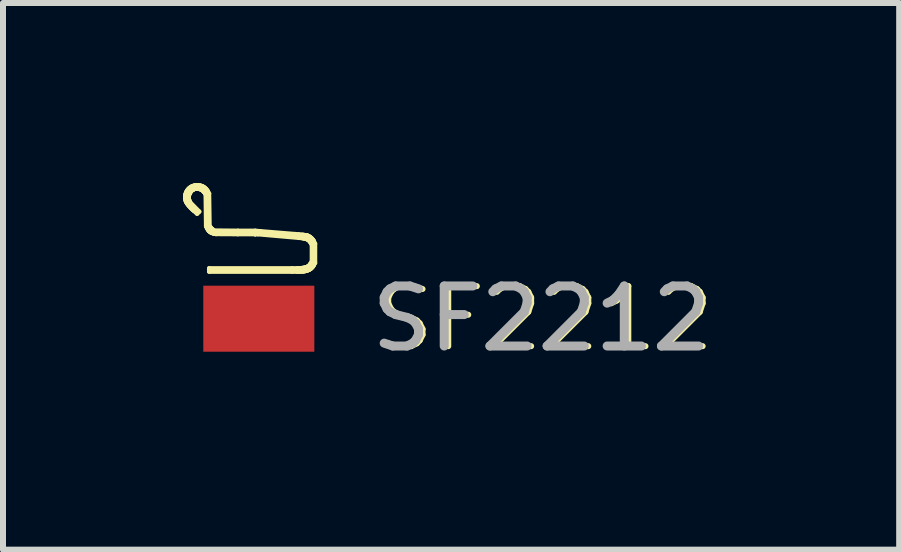
<source format=kicad_pcb>
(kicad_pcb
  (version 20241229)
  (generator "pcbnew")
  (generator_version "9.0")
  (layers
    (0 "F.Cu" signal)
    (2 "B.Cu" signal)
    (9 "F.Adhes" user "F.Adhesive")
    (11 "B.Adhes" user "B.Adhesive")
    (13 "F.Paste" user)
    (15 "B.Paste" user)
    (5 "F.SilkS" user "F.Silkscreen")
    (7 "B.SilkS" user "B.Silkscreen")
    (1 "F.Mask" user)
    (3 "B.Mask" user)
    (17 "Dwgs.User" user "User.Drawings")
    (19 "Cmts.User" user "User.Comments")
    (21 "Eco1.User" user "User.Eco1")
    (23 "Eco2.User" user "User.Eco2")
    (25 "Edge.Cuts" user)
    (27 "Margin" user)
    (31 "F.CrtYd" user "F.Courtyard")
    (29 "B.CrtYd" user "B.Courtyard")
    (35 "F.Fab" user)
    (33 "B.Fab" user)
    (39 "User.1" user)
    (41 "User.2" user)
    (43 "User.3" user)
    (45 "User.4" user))
  (footprint "SF2212"
    (layer "F.Cu")
    (at 1.262 2.26)
    (property "Reference" "SF2212" (at 1.9 0 0) (unlocked yes) (layer "F.SilkS") (effects (font (size 1 1) (thickness 0.1)) (justify left)))
    (attr smd)
    (fp_line (start -1.224 -2.024) (end -1.224 -2.036) (stroke (width 0.075) (type default)) (layer "F.SilkS"))
    (fp_line (start -1.224 -2.036) (end -1.223 -2.048) (stroke (width 0.075) (type default)) (layer "F.SilkS"))
    (fp_line (start -1.224 -2.012) (end -1.224 -2.024) (stroke (width 0.075) (type default)) (layer "F.SilkS"))
    (fp_line (start -1.223 -2.048) (end -1.221 -2.059) (stroke (width 0.075) (type default)) (layer "F.SilkS"))
    (fp_line (start -1.223 -2) (end -1.224 -2.012) (stroke (width 0.075) (type default)) (layer "F.SilkS"))
    (fp_line (start -1.221 -2.059) (end -1.219 -2.071) (stroke (width 0.075) (type default)) (layer "F.SilkS"))
    (fp_line (start -1.221 -1.988) (end -1.223 -2) (stroke (width 0.075) (type default)) (layer "F.SilkS"))
    (fp_line (start -1.219 -2.071) (end -1.216 -2.082) (stroke (width 0.075) (type default)) (layer "F.SilkS"))
    (fp_line (start -1.218 -1.976) (end -1.221 -1.988) (stroke (width 0.075) (type default)) (layer "F.SilkS"))
    (fp_line (start -1.216 -2.082) (end -1.213 -2.092) (stroke (width 0.075) (type default)) (layer "F.SilkS"))
    (fp_line (start -1.215 -1.963) (end -1.218 -1.976) (stroke (width 0.075) (type default)) (layer "F.SilkS"))
    (fp_line (start -1.213 -2.092) (end -1.209 -2.103) (stroke (width 0.075) (type default)) (layer "F.SilkS"))
    (fp_line (start -1.213 -1.956) (end -1.215 -1.963) (stroke (width 0.075) (type default)) (layer "F.SilkS"))
    (fp_line (start -1.209 -1.948) (end -1.213 -1.956) (stroke (width 0.075) (type default)) (layer "F.SilkS"))
    (fp_line (start -1.209 -2.103) (end -1.204 -2.113) (stroke (width 0.075) (type default)) (layer "F.SilkS"))
    (fp_line (start -1.204 -1.939) (end -1.209 -1.948) (stroke (width 0.075) (type default)) (layer "F.SilkS"))
    (fp_line (start -1.204 -2.113) (end -1.199 -2.123) (stroke (width 0.075) (type default)) (layer "F.SilkS"))
    (fp_line (start -1.199 -1.93) (end -1.204 -1.939) (stroke (width 0.075) (type default)) (layer "F.SilkS"))
    (fp_line (start -1.199 -2.123) (end -1.193 -2.133) (stroke (width 0.075) (type default)) (layer "F.SilkS"))
    (fp_line (start -1.193 -1.92) (end -1.199 -1.93) (stroke (width 0.075) (type default)) (layer "F.SilkS"))
    (fp_line (start -1.193 -2.133) (end -1.186 -2.142) (stroke (width 0.075) (type default)) (layer "F.SilkS"))
    (fp_line (start -1.186 -2.142) (end -1.18 -2.151) (stroke (width 0.075) (type default)) (layer "F.SilkS"))
    (fp_line (start -1.186 -1.91) (end -1.193 -1.92) (stroke (width 0.075) (type default)) (layer "F.SilkS"))
    (fp_line (start -1.18 -2.151) (end -1.172 -2.159) (stroke (width 0.075) (type default)) (layer "F.SilkS"))
    (fp_line (start -1.178 -1.9) (end -1.186 -1.91) (stroke (width 0.075) (type default)) (layer "F.SilkS"))
    (fp_line (start -1.172 -2.159) (end -1.165 -2.167) (stroke (width 0.075) (type default)) (layer "F.SilkS"))
    (fp_line (start -1.17 -2.02) (end -1.17 -2.013) (stroke (width 0.075) (type default)) (layer "F.SilkS"))
    (fp_line (start -1.17 -2.013) (end -1.17 -2.007) (stroke (width 0.075) (type default)) (layer "F.SilkS"))
    (fp_line (start -1.17 -2.027) (end -1.17 -2.02) (stroke (width 0.075) (type default)) (layer "F.SilkS"))
    (fp_line (start -1.17 -2.007) (end -1.169 -2) (stroke (width 0.075) (type default)) (layer "F.SilkS"))
    (fp_line (start -1.17 -1.889) (end -1.178 -1.9) (stroke (width 0.075) (type default)) (layer "F.SilkS"))
    (fp_line (start -1.17 -2.033) (end -1.17 -2.027) (stroke (width 0.075) (type default)) (layer "F.SilkS"))
    (fp_line (start -1.169 -2) (end -1.168 -1.994) (stroke (width 0.075) (type default)) (layer "F.SilkS"))
    (fp_line (start -1.169 -2.04) (end -1.17 -2.033) (stroke (width 0.075) (type default)) (layer "F.SilkS"))
    (fp_line (start -1.168 -1.994) (end -1.167 -1.988) (stroke (width 0.075) (type default)) (layer "F.SilkS"))
    (fp_line (start -1.168 -2.046) (end -1.169 -2.04) (stroke (width 0.075) (type default)) (layer "F.SilkS"))
    (fp_line (start -1.167 -1.988) (end -1.165 -1.982) (stroke (width 0.075) (type default)) (layer "F.SilkS"))
    (fp_line (start -1.166 -2.053) (end -1.168 -2.046) (stroke (width 0.075) (type default)) (layer "F.SilkS"))
    (fp_line (start -1.165 -1.982) (end -1.163 -1.975) (stroke (width 0.075) (type default)) (layer "F.SilkS"))
    (fp_line (start -1.165 -2.06) (end -1.166 -2.053) (stroke (width 0.075) (type default)) (layer "F.SilkS"))
    (fp_line (start -1.165 -2.167) (end -1.156 -2.175) (stroke (width 0.075) (type default)) (layer "F.SilkS"))
    (fp_line (start -1.163 -1.975) (end -1.16 -1.97) (stroke (width 0.075) (type default)) (layer "F.SilkS"))
    (fp_line (start -1.163 -2.066) (end -1.165 -2.06) (stroke (width 0.075) (type default)) (layer "F.SilkS"))
    (fp_line (start -1.16 -1.878) (end -1.17 -1.889) (stroke (width 0.075) (type default)) (layer "F.SilkS"))
    (fp_line (start -1.16 -2.073) (end -1.163 -2.066) (stroke (width 0.075) (type default)) (layer "F.SilkS"))
    (fp_line (start -1.16 -1.97) (end -1.158 -1.964) (stroke (width 0.075) (type default)) (layer "F.SilkS"))
    (fp_line (start -1.158 -2.079) (end -1.16 -2.073) (stroke (width 0.075) (type default)) (layer "F.SilkS"))
    (fp_line (start -1.158 -1.964) (end -1.144 -1.937) (stroke (width 0.075) (type default)) (layer "F.SilkS"))
    (fp_line (start -1.156 -2.175) (end -1.148 -2.182) (stroke (width 0.075) (type default)) (layer "F.SilkS"))
    (fp_line (start -1.155 -2.085) (end -1.158 -2.079) (stroke (width 0.075) (type default)) (layer "F.SilkS"))
    (fp_line (start -1.152 -2.092) (end -1.155 -2.085) (stroke (width 0.075) (type default)) (layer "F.SilkS"))
    (fp_line (start -1.151 -1.867) (end -1.16 -1.878) (stroke (width 0.075) (type default)) (layer "F.SilkS"))
    (fp_line (start -1.149 -2.098) (end -1.152 -2.092) (stroke (width 0.075) (type default)) (layer "F.SilkS"))
    (fp_line (start -1.148 -2.182) (end -1.138 -2.189) (stroke (width 0.075) (type default)) (layer "F.SilkS"))
    (fp_line (start -1.145 -2.104) (end -1.149 -2.098) (stroke (width 0.075) (type default)) (layer "F.SilkS"))
    (fp_line (start -1.144 -1.937) (end -0.994 -1.784) (stroke (width 0.075) (type default)) (layer "F.SilkS"))
    (fp_line (start -1.141 -2.109) (end -1.145 -2.104) (stroke (width 0.075) (type default)) (layer "F.SilkS"))
    (fp_line (start -1.14 -1.855) (end -1.151 -1.867) (stroke (width 0.075) (type default)) (layer "F.SilkS"))
    (fp_line (start -1.138 -2.189) (end -1.129 -2.195) (stroke (width 0.075) (type default)) (layer "F.SilkS"))
    (fp_line (start -1.137 -2.115) (end -1.141 -2.109) (stroke (width 0.075) (type default)) (layer "F.SilkS"))
    (fp_line (start -1.133 -2.121) (end -1.137 -2.115) (stroke (width 0.075) (type default)) (layer "F.SilkS"))
    (fp_line (start -1.129 -1.844) (end -1.14 -1.855) (stroke (width 0.075) (type default)) (layer "F.SilkS"))
    (fp_line (start -1.129 -2.195) (end -1.119 -2.2) (stroke (width 0.075) (type default)) (layer "F.SilkS"))
    (fp_line (start -1.128 -2.126) (end -1.133 -2.121) (stroke (width 0.075) (type default)) (layer "F.SilkS"))
    (fp_line (start -1.124 -2.131) (end -1.128 -2.126) (stroke (width 0.075) (type default)) (layer "F.SilkS"))
    (fp_line (start -1.119 -2.2) (end -1.108 -2.205) (stroke (width 0.075) (type default)) (layer "F.SilkS"))
    (fp_line (start -1.119 -2.136) (end -1.124 -2.131) (stroke (width 0.075) (type default)) (layer "F.SilkS"))
    (fp_line (start -1.118 -1.832) (end -1.129 -1.844) (stroke (width 0.075) (type default)) (layer "F.SilkS"))
    (fp_line (start -1.113 -2.141) (end -1.119 -2.136) (stroke (width 0.075) (type default)) (layer "F.SilkS"))
    (fp_line (start -1.108 -2.205) (end -1.098 -2.209) (stroke (width 0.075) (type default)) (layer "F.SilkS"))
    (fp_line (start -1.108 -2.145) (end -1.113 -2.141) (stroke (width 0.075) (type default)) (layer "F.SilkS"))
    (fp_line (start -1.106 -1.821) (end -1.118 -1.832) (stroke (width 0.075) (type default)) (layer "F.SilkS"))
    (fp_line (start -1.102 -2.149) (end -1.108 -2.145) (stroke (width 0.075) (type default)) (layer "F.SilkS"))
    (fp_line (start -1.098 -2.209) (end -1.087 -2.213) (stroke (width 0.075) (type default)) (layer "F.SilkS"))
    (fp_line (start -1.096 -2.153) (end -1.102 -2.149) (stroke (width 0.075) (type default)) (layer "F.SilkS"))
    (fp_line (start -1.094 -1.809) (end -1.106 -1.821) (stroke (width 0.075) (type default)) (layer "F.SilkS"))
    (fp_line (start -1.093 -2.155) (end -1.096 -2.153) (stroke (width 0.075) (type default)) (layer "F.SilkS"))
    (fp_line (start -1.089 -2.157) (end -1.093 -2.155) (stroke (width 0.075) (type default)) (layer "F.SilkS"))
    (fp_line (start -1.087 -2.213) (end -1.075 -2.216) (stroke (width 0.075) (type default)) (layer "F.SilkS"))
    (fp_line (start -1.085 -2.159) (end -1.089 -2.157) (stroke (width 0.075) (type default)) (layer "F.SilkS"))
    (fp_line (start -1.081 -1.798) (end -1.094 -1.809) (stroke (width 0.075) (type default)) (layer "F.SilkS"))
    (fp_line (start -1.08 -2.16) (end -1.085 -2.159) (stroke (width 0.075) (type default)) (layer "F.SilkS"))
    (fp_line (start -1.075 -2.216) (end -1.064 -2.219) (stroke (width 0.075) (type default)) (layer "F.SilkS"))
    (fp_line (start -1.071 -2.163) (end -1.08 -2.16) (stroke (width 0.075) (type default)) (layer "F.SilkS"))
    (fp_line (start -1.064 -2.219) (end -1.052 -2.221) (stroke (width 0.075) (type default)) (layer "F.SilkS"))
    (fp_line (start -1.061 -2.165) (end -1.071 -2.163) (stroke (width 0.075) (type default)) (layer "F.SilkS"))
    (fp_line (start -1.052 -2.221) (end -1.039 -2.222) (stroke (width 0.075) (type default)) (layer "F.SilkS"))
    (fp_line (start -1.051 -2.167) (end -1.061 -2.165) (stroke (width 0.075) (type default)) (layer "F.SilkS"))
    (fp_line (start -1.04 -2.167) (end -1.051 -2.167) (stroke (width 0.075) (type default)) (layer "F.SilkS"))
    (fp_line (start -1.039 -2.222) (end -1.027 -2.222) (stroke (width 0.075) (type default)) (layer "F.SilkS"))
    (fp_line (start -1.03 -2.168) (end -1.04 -2.167) (stroke (width 0.075) (type default)) (layer "F.SilkS"))
    (fp_line (start -1.028 -1.751) (end -1.081 -1.798) (stroke (width 0.075) (type default)) (layer "F.SilkS"))
    (fp_line (start -1.027 -2.222) (end -1.013 -2.222) (stroke (width 0.075) (type default)) (layer "F.SilkS"))
    (fp_line (start -1.018 -2.167) (end -1.03 -2.168) (stroke (width 0.075) (type default)) (layer "F.SilkS"))
    (fp_line (start -1.013 -2.222) (end -0.999 -2.221) (stroke (width 0.075) (type default)) (layer "F.SilkS"))
    (fp_line (start -1.007 -2.166) (end -1.018 -2.167) (stroke (width 0.075) (type default)) (layer "F.SilkS"))
    (fp_line (start -0.999 -2.221) (end -0.986 -2.219) (stroke (width 0.075) (type default)) (layer "F.SilkS"))
    (fp_line (start -0.996 -2.164) (end -1.007 -2.166) (stroke (width 0.075) (type default)) (layer "F.SilkS"))
    (fp_line (start -0.994 -1.784) (end -1.028 -1.751) (stroke (width 0.075) (type default)) (layer "F.SilkS"))
    (fp_line (start -0.986 -2.219) (end -0.973 -2.216) (stroke (width 0.075) (type default)) (layer "F.SilkS"))
    (fp_line (start -0.986 -2.162) (end -0.996 -2.164) (stroke (width 0.075) (type default)) (layer "F.SilkS"))
    (fp_line (start -0.975 -2.159) (end -0.986 -2.162) (stroke (width 0.075) (type default)) (layer "F.SilkS"))
    (fp_line (start -0.973 -2.216) (end -0.96 -2.212) (stroke (width 0.075) (type default)) (layer "F.SilkS"))
    (fp_line (start -0.966 -2.155) (end -0.975 -2.159) (stroke (width 0.075) (type default)) (layer "F.SilkS"))
    (fp_line (start -0.96 -2.212) (end -0.948 -2.208) (stroke (width 0.075) (type default)) (layer "F.SilkS"))
    (fp_line (start -0.956 -2.151) (end -0.966 -2.155) (stroke (width 0.075) (type default)) (layer "F.SilkS"))
    (fp_line (start -0.948 -2.208) (end -0.936 -2.203) (stroke (width 0.075) (type default)) (layer "F.SilkS"))
    (fp_line (start -0.948 -2.147) (end -0.956 -2.151) (stroke (width 0.075) (type default)) (layer "F.SilkS"))
    (fp_line (start -0.944 -2.144) (end -0.948 -2.147) (stroke (width 0.075) (type default)) (layer "F.SilkS"))
    (fp_line (start -0.94 -2.142) (end -0.944 -2.144) (stroke (width 0.075) (type default)) (layer "F.SilkS"))
    (fp_line (start -0.936 -2.203) (end -0.925 -2.197) (stroke (width 0.075) (type default)) (layer "F.SilkS"))
    (fp_line (start -0.934 -2.137) (end -0.94 -2.142) (stroke (width 0.075) (type default)) (layer "F.SilkS"))
    (fp_line (start -0.928 -2.131) (end -0.934 -2.137) (stroke (width 0.075) (type default)) (layer "F.SilkS"))
    (fp_line (start -0.925 -2.197) (end -0.914 -2.19) (stroke (width 0.075) (type default)) (layer "F.SilkS"))
    (fp_line (start -0.922 -2.125) (end -0.928 -2.131) (stroke (width 0.075) (type default)) (layer "F.SilkS"))
    (fp_line (start -0.916 -2.119) (end -0.922 -2.125) (stroke (width 0.075) (type default)) (layer "F.SilkS"))
    (fp_line (start -0.914 -2.19) (end -0.904 -2.182) (stroke (width 0.075) (type default)) (layer "F.SilkS"))
    (fp_line (start -0.911 -2.113) (end -0.916 -2.119) (stroke (width 0.075) (type default)) (layer "F.SilkS"))
    (fp_line (start -0.906 -2.106) (end -0.911 -2.113) (stroke (width 0.075) (type default)) (layer "F.SilkS"))
    (fp_line (start -0.904 -2.182) (end -0.894 -2.174) (stroke (width 0.075) (type default)) (layer "F.SilkS"))
    (fp_line (start -0.901 -2.1) (end -0.906 -2.106) (stroke (width 0.075) (type default)) (layer "F.SilkS"))
    (fp_line (start -0.898 -2.095) (end -0.901 -2.1) (stroke (width 0.075) (type default)) (layer "F.SilkS"))
    (fp_line (start -0.894 -2.174) (end -0.884 -2.165) (stroke (width 0.075) (type default)) (layer "F.SilkS"))
    (fp_line (start -0.884 -2.07) (end -0.898 -2.095) (stroke (width 0.075) (type default)) (layer "F.SilkS"))
    (fp_line (start -0.884 -2.165) (end -0.875 -2.156) (stroke (width 0.075) (type default)) (layer "F.SilkS"))
    (fp_line (start -0.877 -1.539) (end -0.884 -2.07) (stroke (width 0.075) (type default)) (layer "F.SilkS"))
    (fp_line (start -0.875 -2.156) (end -0.867 -2.145) (stroke (width 0.075) (type default)) (layer "F.SilkS"))
    (fp_line (start -0.867 -2.145) (end -0.859 -2.134) (stroke (width 0.075) (type default)) (layer "F.SilkS"))
    (fp_line (start -0.862 -1.511) (end -0.877 -1.539) (stroke (width 0.075) (type default)) (layer "F.SilkS"))
    (fp_line (start -0.859 -2.134) (end -0.851 -2.122) (stroke (width 0.075) (type default)) (layer "F.SilkS"))
    (fp_line (start -0.855 -1.498) (end -0.862 -1.511) (stroke (width 0.075) (type default)) (layer "F.SilkS"))
    (fp_line (start -0.851 -2.122) (end -0.83 -2.086) (stroke (width 0.075) (type default)) (layer "F.SilkS"))
    (fp_line (start -0.847 -1.486) (end -0.855 -1.498) (stroke (width 0.075) (type default)) (layer "F.SilkS"))
    (fp_line (start -0.843 -1.481) (end -0.847 -1.486) (stroke (width 0.075) (type default)) (layer "F.SilkS"))
    (fp_line (start -0.838 -1.475) (end -0.843 -1.481) (stroke (width 0.075) (type default)) (layer "F.SilkS"))
    (fp_line (start -0.834 -1.47) (end -0.838 -1.475) (stroke (width 0.075) (type default)) (layer "F.SilkS"))
    (fp_line (start -0.83 -1.465) (end -0.834 -1.47) (stroke (width 0.075) (type default)) (layer "F.SilkS"))
    (fp_line (start -0.83 -2.086) (end -0.822 -1.544) (stroke (width 0.075) (type default)) (layer "F.SilkS"))
    (fp_line (start -0.826 -0.839) (end 0.557 -0.839) (stroke (width 0.075) (type default)) (layer "F.SilkS"))
    (fp_line (start -0.826 -0.812) (end -0.826 -0.839) (stroke (width 0.075) (type default)) (layer "F.SilkS"))
    (fp_line (start -0.826 -0.785) (end -0.826 -0.812) (stroke (width 0.075) (type default)) (layer "F.SilkS"))
    (fp_line (start -0.825 -1.461) (end -0.83 -1.465) (stroke (width 0.075) (type default)) (layer "F.SilkS"))
    (fp_line (start -0.822 -1.544) (end -0.806 -1.522) (stroke (width 0.075) (type default)) (layer "F.SilkS"))
    (fp_line (start -0.821 -1.456) (end -0.825 -1.461) (stroke (width 0.075) (type default)) (layer "F.SilkS"))
    (fp_line (start -0.816 -1.452) (end -0.821 -1.456) (stroke (width 0.075) (type default)) (layer "F.SilkS"))
    (fp_line (start -0.811 -1.448) (end -0.816 -1.452) (stroke (width 0.075) (type default)) (layer "F.SilkS"))
    (fp_line (start -0.806 -1.445) (end -0.811 -1.448) (stroke (width 0.075) (type default)) (layer "F.SilkS"))
    (fp_line (start -0.806 -1.522) (end -0.802 -1.517) (stroke (width 0.075) (type default)) (layer "F.SilkS"))
    (fp_line (start -0.802 -1.517) (end -0.798 -1.512) (stroke (width 0.075) (type default)) (layer "F.SilkS"))
    (fp_line (start -0.801 -1.441) (end -0.806 -1.445) (stroke (width 0.075) (type default)) (layer "F.SilkS"))
    (fp_line (start -0.798 -1.512) (end -0.788 -1.502) (stroke (width 0.075) (type default)) (layer "F.SilkS"))
    (fp_line (start -0.796 -1.438) (end -0.801 -1.441) (stroke (width 0.075) (type default)) (layer "F.SilkS"))
    (fp_line (start -0.791 -1.435) (end -0.796 -1.438) (stroke (width 0.075) (type default)) (layer "F.SilkS"))
    (fp_line (start -0.788 -1.502) (end -0.778 -1.492) (stroke (width 0.075) (type default)) (layer "F.SilkS"))
    (fp_line (start -0.785 -1.432) (end -0.791 -1.435) (stroke (width 0.075) (type default)) (layer "F.SilkS"))
    (fp_line (start -0.779 -1.43) (end -0.785 -1.432) (stroke (width 0.075) (type default)) (layer "F.SilkS"))
    (fp_line (start -0.778 -1.492) (end -0.773 -1.488) (stroke (width 0.075) (type default)) (layer "F.SilkS"))
    (fp_line (start -0.773 -1.488) (end -0.768 -1.484) (stroke (width 0.075) (type default)) (layer "F.SilkS"))
    (fp_line (start -0.768 -1.484) (end -0.747 -1.468) (stroke (width 0.075) (type default)) (layer "F.SilkS"))
    (fp_line (start -0.766 -1.425) (end -0.779 -1.43) (stroke (width 0.075) (type default)) (layer "F.SilkS"))
    (fp_line (start -0.752 -1.42) (end -0.766 -1.425) (stroke (width 0.075) (type default)) (layer "F.SilkS"))
    (fp_line (start -0.747 -1.468) (end -0.349 -1.464) (stroke (width 0.075) (type default)) (layer "F.SilkS"))
    (fp_line (start -0.746 -1.418) (end -0.752 -1.42) (stroke (width 0.075) (type default)) (layer "F.SilkS"))
    (fp_line (start -0.74 -1.417) (end -0.746 -1.418) (stroke (width 0.075) (type default)) (layer "F.SilkS"))
    (fp_line (start -0.713 -1.412) (end -0.74 -1.417) (stroke (width 0.075) (type default)) (layer "F.SilkS"))
    (fp_line (start -0.349 -1.464) (end -0.06 -1.464) (stroke (width 0.075) (type default)) (layer "F.SilkS"))
    (fp_line (start -0.349 -1.41) (end -0.713 -1.412) (stroke (width 0.075) (type default)) (layer "F.SilkS"))
    (fp_line (start -0.06 -1.41) (end -0.06 -1.41) (stroke (width 0.075) (type default)) (layer "F.SilkS"))
    (fp_line (start -0.06 -1.41) (end -0.06 -1.41) (stroke (width 0.075) (type default)) (layer "F.SilkS"))
    (fp_line (start -0.06 -1.464) (end 0.03 -1.456) (stroke (width 0.075) (type default)) (layer "F.SilkS"))
    (fp_line (start -0.06 -1.41) (end -0.349 -1.41) (stroke (width 0.075) (type default)) (layer "F.SilkS"))
    (fp_line (start -0.06 -1.41) (end -0.06 -1.41) (stroke (width 0.075) (type default)) (layer "F.SilkS"))
    (fp_line (start -0.017 -1.409) (end -0.06 -1.41) (stroke (width 0.075) (type default)) (layer "F.SilkS"))
    (fp_line (start 0.03 -1.456) (end 0.6 -1.409) (stroke (width 0.075) (type default)) (layer "F.SilkS"))
    (fp_line (start 0.557 -0.839) (end 0.638 -0.839) (stroke (width 0.075) (type default)) (layer "F.SilkS"))
    (fp_line (start 0.557 -0.785) (end -0.826 -0.785) (stroke (width 0.075) (type default)) (layer "F.SilkS"))
    (fp_line (start 0.6 -1.409) (end 0.666 -1.404) (stroke (width 0.075) (type default)) (layer "F.SilkS"))
    (fp_line (start 0.636 -0.785) (end 0.557 -0.785) (stroke (width 0.075) (type default)) (layer "F.SilkS"))
    (fp_line (start 0.638 -0.839) (end 0.664 -0.84) (stroke (width 0.075) (type default)) (layer "F.SilkS"))
    (fp_line (start 0.664 -0.84) (end 0.688 -0.84) (stroke (width 0.075) (type default)) (layer "F.SilkS"))
    (fp_line (start 0.665 -0.785) (end 0.636 -0.785) (stroke (width 0.075) (type default)) (layer "F.SilkS"))
    (fp_line (start 0.666 -1.404) (end 0.719 -1.398) (stroke (width 0.075) (type default)) (layer "F.SilkS"))
    (fp_line (start 0.666 -1.349) (end -0.017 -1.409) (stroke (width 0.075) (type default)) (layer "F.SilkS"))
    (fp_line (start 0.688 -0.84) (end 0.71 -0.842) (stroke (width 0.075) (type default)) (layer "F.SilkS"))
    (fp_line (start 0.691 -0.786) (end 0.665 -0.785) (stroke (width 0.075) (type default)) (layer "F.SilkS"))
    (fp_line (start 0.71 -0.842) (end 0.73 -0.844) (stroke (width 0.075) (type default)) (layer "F.SilkS"))
    (fp_line (start 0.716 -0.788) (end 0.691 -0.786) (stroke (width 0.075) (type default)) (layer "F.SilkS"))
    (fp_line (start 0.719 -1.398) (end 0.742 -1.396) (stroke (width 0.075) (type default)) (layer "F.SilkS"))
    (fp_line (start 0.723 -1.344) (end 0.666 -1.349) (stroke (width 0.075) (type default)) (layer "F.SilkS"))
    (fp_line (start 0.728 -0.789) (end 0.716 -0.788) (stroke (width 0.075) (type default)) (layer "F.SilkS"))
    (fp_line (start 0.73 -0.844) (end 0.748 -0.846) (stroke (width 0.075) (type default)) (layer "F.SilkS"))
    (fp_line (start 0.738 -1.342) (end 0.723 -1.344) (stroke (width 0.075) (type default)) (layer "F.SilkS"))
    (fp_line (start 0.739 -0.79) (end 0.728 -0.789) (stroke (width 0.075) (type default)) (layer "F.SilkS"))
    (fp_line (start 0.742 -1.396) (end 0.765 -1.392) (stroke (width 0.075) (type default)) (layer "F.SilkS"))
    (fp_line (start 0.748 -0.846) (end 0.757 -0.848) (stroke (width 0.075) (type default)) (layer "F.SilkS"))
    (fp_line (start 0.75 -0.792) (end 0.739 -0.79) (stroke (width 0.075) (type default)) (layer "F.SilkS"))
    (fp_line (start 0.751 -1.34) (end 0.738 -1.342) (stroke (width 0.075) (type default)) (layer "F.SilkS"))
    (fp_line (start 0.757 -0.848) (end 0.765 -0.849) (stroke (width 0.075) (type default)) (layer "F.SilkS"))
    (fp_line (start 0.76 -0.793) (end 0.75 -0.792) (stroke (width 0.075) (type default)) (layer "F.SilkS"))
    (fp_line (start 0.764 -1.337) (end 0.751 -1.34) (stroke (width 0.075) (type default)) (layer "F.SilkS"))
    (fp_line (start 0.765 -1.392) (end 0.785 -1.389) (stroke (width 0.075) (type default)) (layer "F.SilkS"))
    (fp_line (start 0.765 -0.849) (end 0.773 -0.851) (stroke (width 0.075) (type default)) (layer "F.SilkS"))
    (fp_line (start 0.77 -0.795) (end 0.76 -0.793) (stroke (width 0.075) (type default)) (layer "F.SilkS"))
    (fp_line (start 0.773 -0.851) (end 0.781 -0.853) (stroke (width 0.075) (type default)) (layer "F.SilkS"))
    (fp_line (start 0.777 -1.335) (end 0.764 -1.337) (stroke (width 0.075) (type default)) (layer "F.SilkS"))
    (fp_line (start 0.78 -0.797) (end 0.77 -0.795) (stroke (width 0.075) (type default)) (layer "F.SilkS"))
    (fp_line (start 0.781 -0.853) (end 0.788 -0.855) (stroke (width 0.075) (type default)) (layer "F.SilkS"))
    (fp_line (start 0.785 -1.389) (end 0.794 -1.387) (stroke (width 0.075) (type default)) (layer "F.SilkS"))
    (fp_line (start 0.788 -1.331) (end 0.777 -1.335) (stroke (width 0.075) (type default)) (layer "F.SilkS"))
    (fp_line (start 0.788 -0.855) (end 0.795 -0.858) (stroke (width 0.075) (type default)) (layer "F.SilkS"))
    (fp_line (start 0.789 -0.8) (end 0.78 -0.797) (stroke (width 0.075) (type default)) (layer "F.SilkS"))
    (fp_line (start 0.794 -1.387) (end 0.801 -1.386) (stroke (width 0.075) (type default)) (layer "F.SilkS"))
    (fp_line (start 0.795 -0.858) (end 0.801 -0.86) (stroke (width 0.075) (type default)) (layer "F.SilkS"))
    (fp_line (start 0.798 -0.802) (end 0.789 -0.8) (stroke (width 0.075) (type default)) (layer "F.SilkS"))
    (fp_line (start 0.799 -1.327) (end 0.788 -1.331) (stroke (width 0.075) (type default)) (layer "F.SilkS"))
    (fp_line (start 0.801 -1.386) (end 0.809 -1.383) (stroke (width 0.075) (type default)) (layer "F.SilkS"))
    (fp_line (start 0.801 -0.86) (end 0.808 -0.863) (stroke (width 0.075) (type default)) (layer "F.SilkS"))
    (fp_line (start 0.807 -0.805) (end 0.798 -0.802) (stroke (width 0.075) (type default)) (layer "F.SilkS"))
    (fp_line (start 0.808 -0.863) (end 0.814 -0.866) (stroke (width 0.075) (type default)) (layer "F.SilkS"))
    (fp_line (start 0.808 -1.323) (end 0.799 -1.327) (stroke (width 0.075) (type default)) (layer "F.SilkS"))
    (fp_line (start 0.809 -1.383) (end 0.817 -1.38) (stroke (width 0.075) (type default)) (layer "F.SilkS"))
    (fp_line (start 0.814 -0.866) (end 0.819 -0.869) (stroke (width 0.075) (type default)) (layer "F.SilkS"))
    (fp_line (start 0.815 -0.808) (end 0.807 -0.805) (stroke (width 0.075) (type default)) (layer "F.SilkS"))
    (fp_line (start 0.817 -1.38) (end 0.825 -1.376) (stroke (width 0.075) (type default)) (layer "F.SilkS"))
    (fp_line (start 0.818 -1.318) (end 0.808 -1.323) (stroke (width 0.075) (type default)) (layer "F.SilkS"))
    (fp_line (start 0.819 -0.869) (end 0.825 -0.873) (stroke (width 0.075) (type default)) (layer "F.SilkS"))
    (fp_line (start 0.823 -0.811) (end 0.815 -0.808) (stroke (width 0.075) (type default)) (layer "F.SilkS"))
    (fp_line (start 0.825 -0.873) (end 0.83 -0.876) (stroke (width 0.075) (type default)) (layer "F.SilkS"))
    (fp_line (start 0.825 -1.376) (end 0.834 -1.372) (stroke (width 0.075) (type default)) (layer "F.SilkS"))
    (fp_line (start 0.826 -1.313) (end 0.818 -1.318) (stroke (width 0.075) (type default)) (layer "F.SilkS"))
    (fp_line (start 0.83 -0.876) (end 0.835 -0.88) (stroke (width 0.075) (type default)) (layer "F.SilkS"))
    (fp_line (start 0.831 -0.815) (end 0.823 -0.811) (stroke (width 0.075) (type default)) (layer "F.SilkS"))
    (fp_line (start 0.834 -1.372) (end 0.842 -1.367) (stroke (width 0.075) (type default)) (layer "F.SilkS"))
    (fp_line (start 0.834 -1.307) (end 0.826 -1.313) (stroke (width 0.075) (type default)) (layer "F.SilkS"))
    (fp_line (start 0.835 -0.88) (end 0.839 -0.884) (stroke (width 0.075) (type default)) (layer "F.SilkS"))
    (fp_line (start 0.838 -0.818) (end 0.831 -0.815) (stroke (width 0.075) (type default)) (layer "F.SilkS"))
    (fp_line (start 0.839 -0.884) (end 0.844 -0.889) (stroke (width 0.075) (type default)) (layer "F.SilkS"))
    (fp_line (start 0.841 -1.3) (end 0.834 -1.307) (stroke (width 0.075) (type default)) (layer "F.SilkS"))
    (fp_line (start 0.842 -1.367) (end 0.85 -1.362) (stroke (width 0.075) (type default)) (layer "F.SilkS"))
    (fp_line (start 0.844 -0.889) (end 0.848 -0.893) (stroke (width 0.075) (type default)) (layer "F.SilkS"))
    (fp_line (start 0.845 -0.822) (end 0.838 -0.818) (stroke (width 0.075) (type default)) (layer "F.SilkS"))
    (fp_line (start 0.848 -0.893) (end 0.852 -0.898) (stroke (width 0.075) (type default)) (layer "F.SilkS"))
    (fp_line (start 0.848 -1.292) (end 0.841 -1.3) (stroke (width 0.075) (type default)) (layer "F.SilkS"))
    (fp_line (start 0.85 -1.362) (end 0.858 -1.356) (stroke (width 0.075) (type default)) (layer "F.SilkS"))
    (fp_line (start 0.852 -0.898) (end 0.856 -0.903) (stroke (width 0.075) (type default)) (layer "F.SilkS"))
    (fp_line (start 0.852 -0.826) (end 0.845 -0.822) (stroke (width 0.075) (type default)) (layer "F.SilkS"))
    (fp_line (start 0.855 -1.284) (end 0.848 -1.292) (stroke (width 0.075) (type default)) (layer "F.SilkS"))
    (fp_line (start 0.856 -0.903) (end 0.86 -0.908) (stroke (width 0.075) (type default)) (layer "F.SilkS"))
    (fp_line (start 0.858 -1.356) (end 0.866 -1.35) (stroke (width 0.075) (type default)) (layer "F.SilkS"))
    (fp_line (start 0.859 -0.831) (end 0.852 -0.826) (stroke (width 0.075) (type default)) (layer "F.SilkS"))
    (fp_line (start 0.86 -0.908) (end 0.863 -0.914) (stroke (width 0.075) (type default)) (layer "F.SilkS"))
    (fp_line (start 0.861 -1.276) (end 0.855 -1.284) (stroke (width 0.075) (type default)) (layer "F.SilkS"))
    (fp_line (start 0.863 -0.914) (end 0.866 -0.919) (stroke (width 0.075) (type default)) (layer "F.SilkS"))
    (fp_line (start 0.865 -0.835) (end 0.859 -0.831) (stroke (width 0.075) (type default)) (layer "F.SilkS"))
    (fp_line (start 0.866 -1.35) (end 0.874 -1.343) (stroke (width 0.075) (type default)) (layer "F.SilkS"))
    (fp_line (start 0.866 -0.919) (end 0.87 -0.926) (stroke (width 0.075) (type default)) (layer "F.SilkS"))
    (fp_line (start 0.867 -1.266) (end 0.861 -1.276) (stroke (width 0.075) (type default)) (layer "F.SilkS"))
    (fp_line (start 0.87 -0.926) (end 0.885 -0.956) (stroke (width 0.075) (type default)) (layer "F.SilkS"))
    (fp_line (start 0.871 -0.84) (end 0.865 -0.835) (stroke (width 0.075) (type default)) (layer "F.SilkS"))
    (fp_line (start 0.872 -1.256) (end 0.867 -1.266) (stroke (width 0.075) (type default)) (layer "F.SilkS"))
    (fp_line (start 0.874 -1.343) (end 0.881 -1.336) (stroke (width 0.075) (type default)) (layer "F.SilkS"))
    (fp_line (start 0.877 -0.846) (end 0.871 -0.84) (stroke (width 0.075) (type default)) (layer "F.SilkS"))
    (fp_line (start 0.881 -1.336) (end 0.888 -1.328) (stroke (width 0.075) (type default)) (layer "F.SilkS"))
    (fp_line (start 0.882 -0.851) (end 0.877 -0.846) (stroke (width 0.075) (type default)) (layer "F.SilkS"))
    (fp_line (start 0.885 -1.231) (end 0.872 -1.256) (stroke (width 0.075) (type default)) (layer "F.SilkS"))
    (fp_line (start 0.885 -0.956) (end 0.885 -1.231) (stroke (width 0.075) (type default)) (layer "F.SilkS"))
    (fp_line (start 0.888 -1.328) (end 0.894 -1.321) (stroke (width 0.075) (type default)) (layer "F.SilkS"))
    (fp_line (start 0.888 -0.857) (end 0.882 -0.851) (stroke (width 0.075) (type default)) (layer "F.SilkS"))
    (fp_line (start 0.893 -0.863) (end 0.888 -0.857) (stroke (width 0.075) (type default)) (layer "F.SilkS"))
    (fp_line (start 0.894 -1.321) (end 0.901 -1.313) (stroke (width 0.075) (type default)) (layer "F.SilkS"))
    (fp_line (start 0.898 -0.869) (end 0.893 -0.863) (stroke (width 0.075) (type default)) (layer "F.SilkS"))
    (fp_line (start 0.901 -1.313) (end 0.906 -1.305) (stroke (width 0.075) (type default)) (layer "F.SilkS"))
    (fp_line (start 0.903 -0.876) (end 0.898 -0.869) (stroke (width 0.075) (type default)) (layer "F.SilkS"))
    (fp_line (start 0.906 -1.305) (end 0.911 -1.297) (stroke (width 0.075) (type default)) (layer "F.SilkS"))
    (fp_line (start 0.908 -0.882) (end 0.903 -0.876) (stroke (width 0.075) (type default)) (layer "F.SilkS"))
    (fp_line (start 0.911 -1.297) (end 0.916 -1.289) (stroke (width 0.075) (type default)) (layer "F.SilkS"))
    (fp_line (start 0.912 -0.89) (end 0.908 -0.882) (stroke (width 0.075) (type default)) (layer "F.SilkS"))
    (fp_line (start 0.916 -1.289) (end 0.936 -1.25) (stroke (width 0.075) (type default)) (layer "F.SilkS"))
    (fp_line (start 0.936 -1.25) (end 0.936 -0.928) (stroke (width 0.075) (type default)) (layer "F.SilkS"))
    (fp_line (start 0.936 -0.928) (end 0.912 -0.89) (stroke (width 0.075) (type default)) (layer "F.SilkS"))
    (fp_text user "${REFERENCE}" (at 1.8 0 0) (unlocked yes) (layer "F.Fab") (effects (font (size 1 1) (thickness 0.15)) (justify left)))
    (pad "1" smd rect (at 0 0) (size 1.85 1.1) (layers "F.Cu" "F.Mask" "F.Paste")))
  (gr_rect
    (start -3 -3)
    (end 11.931 6.108)
    (stroke (width 0.1) (type default))
    (fill no)
    (layer "Edge.Cuts")))
</source>
